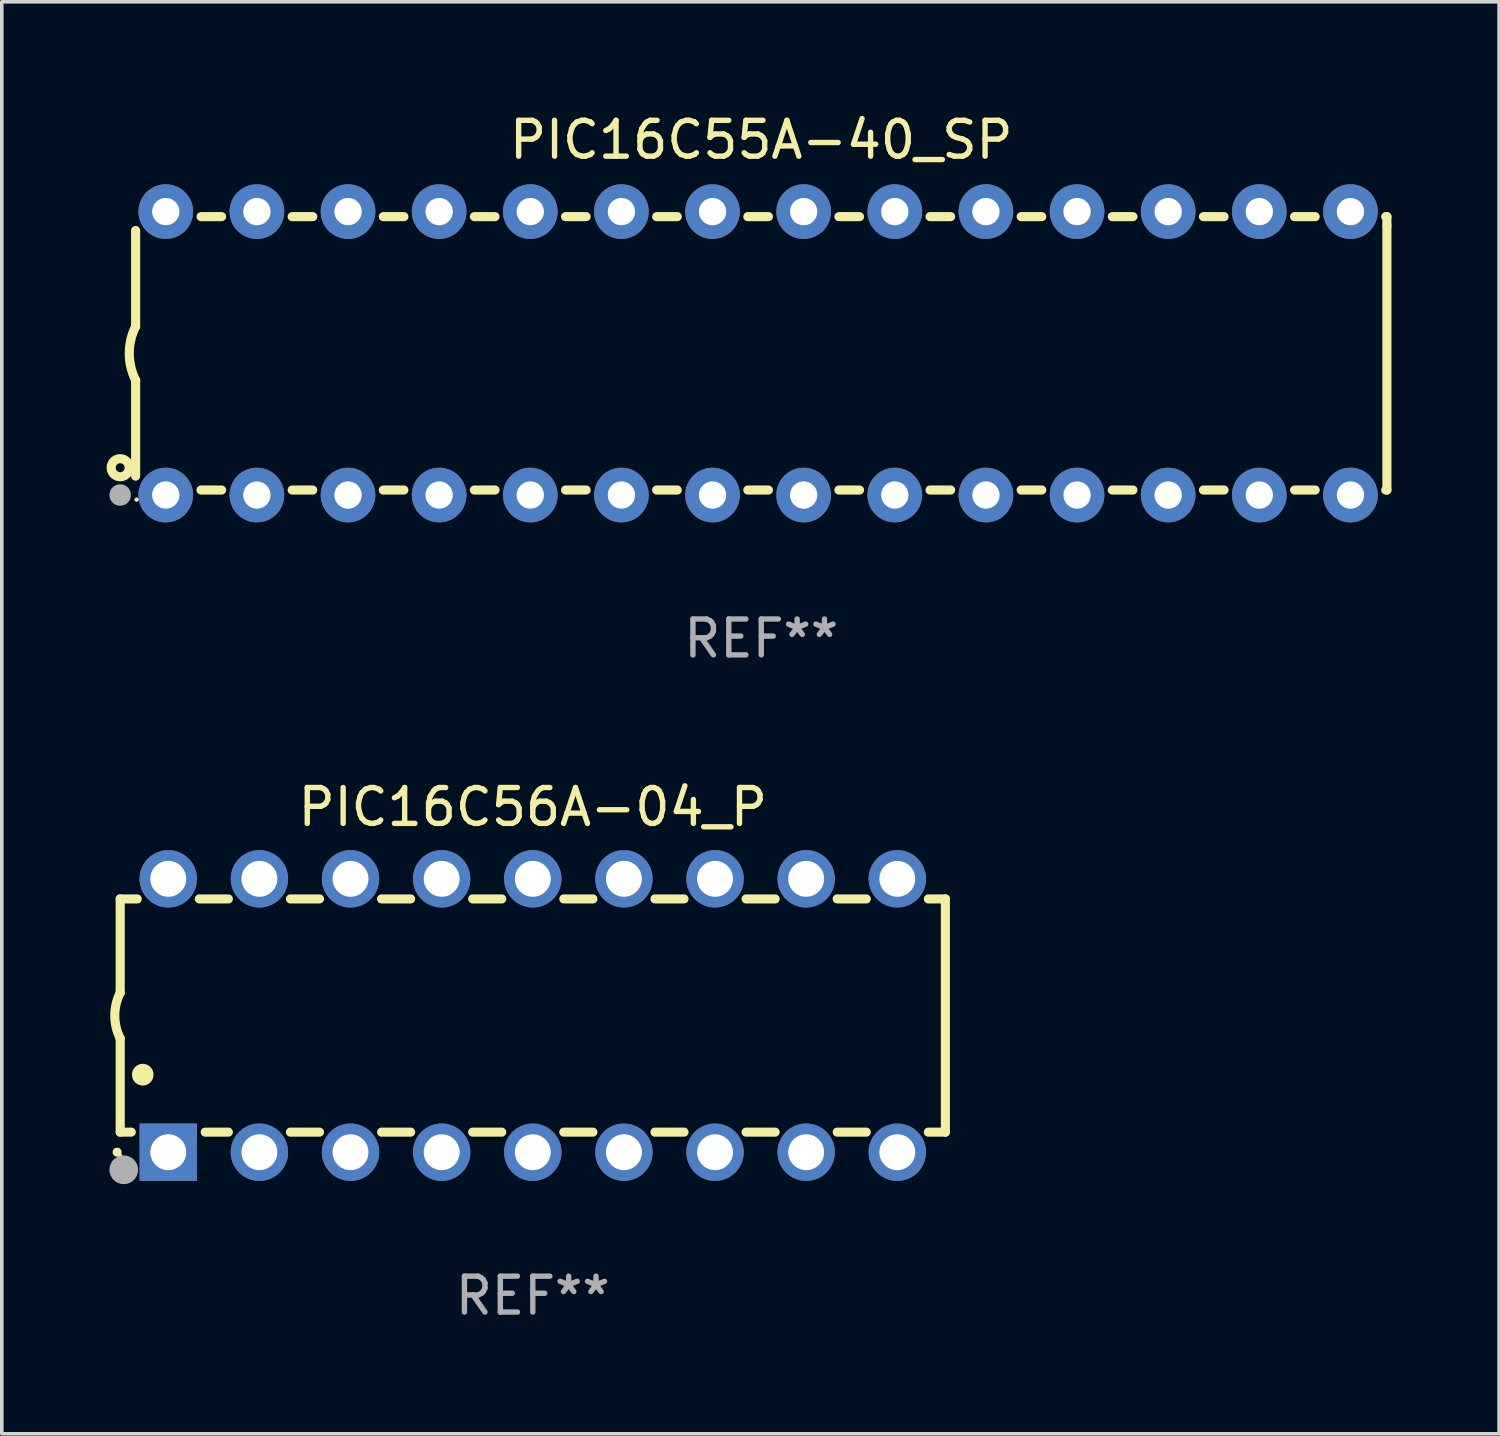
<source format=kicad_pcb>
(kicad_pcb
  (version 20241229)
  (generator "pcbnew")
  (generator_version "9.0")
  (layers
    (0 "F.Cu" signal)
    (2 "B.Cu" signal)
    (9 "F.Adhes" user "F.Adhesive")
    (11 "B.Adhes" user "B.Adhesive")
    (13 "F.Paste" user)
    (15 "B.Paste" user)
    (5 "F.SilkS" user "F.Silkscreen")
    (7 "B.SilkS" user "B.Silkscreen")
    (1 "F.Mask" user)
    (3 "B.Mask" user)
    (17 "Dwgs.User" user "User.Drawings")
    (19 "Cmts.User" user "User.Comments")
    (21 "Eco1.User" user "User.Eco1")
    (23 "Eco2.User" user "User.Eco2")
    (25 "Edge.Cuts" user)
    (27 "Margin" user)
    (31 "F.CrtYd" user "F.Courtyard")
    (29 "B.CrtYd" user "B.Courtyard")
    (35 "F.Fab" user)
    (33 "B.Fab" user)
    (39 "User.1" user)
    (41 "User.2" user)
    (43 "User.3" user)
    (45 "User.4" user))
  (footprint "PIC16C56A-04_P"
    (layer "F.Cu")
    (at 11.8 25.255)
    (property "Reference" "PIC16C56A-04_P" (at 0 -5.81 0) (layer "F.SilkS") (effects (font (size 1 1) (thickness 0.15))))
    (attr through_hole)
    (fp_line (start -11.5 -3.25) (end -11.5 -0.635) (stroke (width 0.254) (type solid)) (layer "F.SilkS"))
    (fp_line (start -11.5 3.25) (end -11.5 0.635) (stroke (width 0.254) (type solid)) (layer "F.SilkS"))
    (fp_line (start -11.5 3.25) (end -11.191 3.25) (stroke (width 0.254) (type solid)) (layer "F.SilkS"))
    (fp_line (start -11.025 -3.25) (end -11.5 -3.25) (stroke (width 0.254) (type solid)) (layer "F.SilkS"))
    (fp_line (start -9.129 3.25) (end -8.485 3.25) (stroke (width 0.254) (type solid)) (layer "F.SilkS"))
    (fp_line (start -8.485 -3.25) (end -9.295 -3.25) (stroke (width 0.254) (type solid)) (layer "F.SilkS"))
    (fp_line (start -6.755 3.25) (end -5.945 3.25) (stroke (width 0.254) (type solid)) (layer "F.SilkS"))
    (fp_line (start -5.945 -3.25) (end -6.755 -3.25) (stroke (width 0.254) (type solid)) (layer "F.SilkS"))
    (fp_line (start -4.215 3.25) (end -3.405 3.25) (stroke (width 0.254) (type solid)) (layer "F.SilkS"))
    (fp_line (start -3.405 -3.25) (end -4.215 -3.25) (stroke (width 0.254) (type solid)) (layer "F.SilkS"))
    (fp_line (start -1.675 3.25) (end -0.865 3.25) (stroke (width 0.254) (type solid)) (layer "F.SilkS"))
    (fp_line (start -0.865 -3.25) (end -1.675 -3.25) (stroke (width 0.254) (type solid)) (layer "F.SilkS"))
    (fp_line (start 0.865 3.25) (end 1.675 3.25) (stroke (width 0.254) (type solid)) (layer "F.SilkS"))
    (fp_line (start 1.675 -3.25) (end 0.865 -3.25) (stroke (width 0.254) (type solid)) (layer "F.SilkS"))
    (fp_line (start 3.405 3.25) (end 4.215 3.25) (stroke (width 0.254) (type solid)) (layer "F.SilkS"))
    (fp_line (start 4.215 -3.25) (end 3.405 -3.25) (stroke (width 0.254) (type solid)) (layer "F.SilkS"))
    (fp_line (start 5.945 3.25) (end 6.755 3.25) (stroke (width 0.254) (type solid)) (layer "F.SilkS"))
    (fp_line (start 6.755 -3.25) (end 5.945 -3.25) (stroke (width 0.254) (type solid)) (layer "F.SilkS"))
    (fp_line (start 8.485 3.25) (end 9.295 3.25) (stroke (width 0.254) (type solid)) (layer "F.SilkS"))
    (fp_line (start 9.295 -3.25) (end 8.485 -3.25) (stroke (width 0.254) (type solid)) (layer "F.SilkS"))
    (fp_line (start 11.025 3.25) (end 11.5 3.25) (stroke (width 0.254) (type solid)) (layer "F.SilkS"))
    (fp_line (start 11.5 -3.25) (end 11.025 -3.25) (stroke (width 0.254) (type solid)) (layer "F.SilkS"))
    (fp_line (start 11.5 -3.25) (end 11.5 3.25) (stroke (width 0.254) (type solid)) (layer "F.SilkS"))
    (fp_arc (start -11.584963 3.810008) (mid -11.58497 3.808738) (end -11.584963 3.807468) (stroke (width 0.25) (type solid)) (layer "F.SilkS"))
    (fp_arc (start -11.501143 0.635001) (mid -11.650665 -0.000132) (end -11.500025 -0.635001) (stroke (width 0.254001) (type solid)) (layer "F.SilkS"))
    (fp_arc (start -10.871222 1.651003) (mid -10.871233 1.648463) (end -10.871222 1.645923) (stroke (width 0.6) (type solid)) (layer "F.SilkS"))
    (fp_circle (center -11.5 3.91) (end -11.47 3.91) (stroke (width 0.06) (type solid)) (fill no) (layer "F.SilkS"))
    (fp_circle (center -11.4 4.3) (end -11.2 4.3) (stroke (width 0.4) (type solid)) (fill no) (layer "F.Fab"))
    (fp_text user "REF**" (at 0 7.81 0) (layer "F.Fab") (effects (font (size 1 1) (thickness 0.15))))
    (pad "1" thru_hole rect (at -10.16 3.81 90) (size 1.6 1.6) (drill 1) (layers "*.Cu" "*.Mask"))
    (pad "2" thru_hole circle (at -7.62 3.81 90) (size 1.6 1.6) (drill 1) (layers "*.Cu" "*.Mask"))
    (pad "3" thru_hole circle (at -5.08 3.81 90) (size 1.6 1.6) (drill 1) (layers "*.Cu" "*.Mask"))
    (pad "4" thru_hole circle (at -2.54 3.81 90) (size 1.6 1.6) (drill 1) (layers "*.Cu" "*.Mask"))
    (pad "5" thru_hole circle (at 0 3.81 90) (size 1.6 1.6) (drill 1) (layers "*.Cu" "*.Mask"))
    (pad "6" thru_hole circle (at 2.54 3.81 90) (size 1.6 1.6) (drill 1) (layers "*.Cu" "*.Mask"))
    (pad "7" thru_hole circle (at 5.08 3.81 90) (size 1.6 1.6) (drill 1) (layers "*.Cu" "*.Mask"))
    (pad "8" thru_hole circle (at 7.62 3.81 90) (size 1.6 1.6) (drill 1) (layers "*.Cu" "*.Mask"))
    (pad "9" thru_hole circle (at 10.16 3.81 90) (size 1.6 1.6) (drill 1) (layers "*.Cu" "*.Mask"))
    (pad "10" thru_hole circle (at 10.16 -3.81 90) (size 1.6 1.6) (drill 1) (layers "*.Cu" "*.Mask"))
    (pad "11" thru_hole circle (at 7.62 -3.81 90) (size 1.6 1.6) (drill 1) (layers "*.Cu" "*.Mask"))
    (pad "12" thru_hole circle (at 5.08 -3.81 90) (size 1.6 1.6) (drill 1) (layers "*.Cu" "*.Mask"))
    (pad "13" thru_hole circle (at 2.54 -3.81 90) (size 1.6 1.6) (drill 1) (layers "*.Cu" "*.Mask"))
    (pad "14" thru_hole circle (at 0 -3.81 90) (size 1.6 1.6) (drill 1) (layers "*.Cu" "*.Mask"))
    (pad "15" thru_hole circle (at -2.54 -3.81 90) (size 1.6 1.6) (drill 1) (layers "*.Cu" "*.Mask"))
    (pad "16" thru_hole circle (at -5.08 -3.81 90) (size 1.6 1.6) (drill 1) (layers "*.Cu" "*.Mask"))
    (pad "17" thru_hole circle (at -7.62 -3.81 90) (size 1.6 1.6) (drill 1) (layers "*.Cu" "*.Mask"))
    (pad "18" thru_hole circle (at -10.16 -3.81 90) (size 1.6 1.6) (drill 1) (layers "*.Cu" "*.Mask")))
  (footprint "PIC16C55A-40_SP"
    (layer "F.Cu")
    (at 18.168 6.798)
    (property "Reference" "PIC16C55A-40_SP" (at 0 -5.95 0) (layer "F.SilkS") (effects (font (size 1 1) (thickness 0.15))))
    (attr through_hole)
    (fp_line (start -17.438 0.75) (end -17.438 3.423) (stroke (width 0.254) (type solid)) (layer "F.SilkS"))
    (fp_line (start -17.438 -3.423) (end -17.438 -0.75) (stroke (width 0.254) (type solid)) (layer "F.SilkS"))
    (fp_line (start -15.615 3.81) (end -15.041 3.81) (stroke (width 0.254) (type solid)) (layer "F.SilkS"))
    (fp_line (start -15.041 -3.81) (end -15.614 -3.81) (stroke (width 0.254) (type solid)) (layer "F.SilkS"))
    (fp_line (start -13.075 3.81) (end -12.501 3.81) (stroke (width 0.254) (type solid)) (layer "F.SilkS"))
    (fp_line (start -12.501 -3.81) (end -13.074 -3.81) (stroke (width 0.254) (type solid)) (layer "F.SilkS"))
    (fp_line (start -10.535 3.81) (end -9.961 3.81) (stroke (width 0.254) (type solid)) (layer "F.SilkS"))
    (fp_line (start -9.961 -3.81) (end -10.534 -3.81) (stroke (width 0.254) (type solid)) (layer "F.SilkS"))
    (fp_line (start -7.995 3.81) (end -7.421 3.81) (stroke (width 0.254) (type solid)) (layer "F.SilkS"))
    (fp_line (start -7.421 -3.81) (end -7.995 -3.81) (stroke (width 0.254) (type solid)) (layer "F.SilkS"))
    (fp_line (start -5.455 3.81) (end -4.881 3.81) (stroke (width 0.254) (type solid)) (layer "F.SilkS"))
    (fp_line (start -4.881 -3.81) (end -5.455 -3.81) (stroke (width 0.254) (type solid)) (layer "F.SilkS"))
    (fp_line (start -2.915 3.81) (end -2.341 3.81) (stroke (width 0.254) (type solid)) (layer "F.SilkS"))
    (fp_line (start -2.341 -3.81) (end -2.915 -3.81) (stroke (width 0.254) (type solid)) (layer "F.SilkS"))
    (fp_line (start -0.375 3.81) (end 0.199 3.81) (stroke (width 0.254) (type solid)) (layer "F.SilkS"))
    (fp_line (start 0.199 -3.81) (end -0.375 -3.81) (stroke (width 0.254) (type solid)) (layer "F.SilkS"))
    (fp_line (start 2.165 3.81) (end 2.739 3.81) (stroke (width 0.254) (type solid)) (layer "F.SilkS"))
    (fp_line (start 2.739 -3.81) (end 2.165 -3.81) (stroke (width 0.254) (type solid)) (layer "F.SilkS"))
    (fp_line (start 4.705 3.81) (end 5.279 3.81) (stroke (width 0.254) (type solid)) (layer "F.SilkS"))
    (fp_line (start 5.279 -3.81) (end 4.705 -3.81) (stroke (width 0.254) (type solid)) (layer "F.SilkS"))
    (fp_line (start 7.245 3.81) (end 7.819 3.81) (stroke (width 0.254) (type solid)) (layer "F.SilkS"))
    (fp_line (start 7.819 -3.81) (end 7.245 -3.81) (stroke (width 0.254) (type solid)) (layer "F.SilkS"))
    (fp_line (start 9.785 3.81) (end 10.359 3.81) (stroke (width 0.254) (type solid)) (layer "F.SilkS"))
    (fp_line (start 10.359 -3.81) (end 9.785 -3.81) (stroke (width 0.254) (type solid)) (layer "F.SilkS"))
    (fp_line (start 12.325 3.81) (end 12.899 3.81) (stroke (width 0.254) (type solid)) (layer "F.SilkS"))
    (fp_line (start 12.899 -3.81) (end 12.325 -3.81) (stroke (width 0.254) (type solid)) (layer "F.SilkS"))
    (fp_line (start 14.865 3.81) (end 15.439 3.81) (stroke (width 0.254) (type solid)) (layer "F.SilkS"))
    (fp_line (start 15.439 -3.81) (end 14.865 -3.81) (stroke (width 0.254) (type solid)) (layer "F.SilkS"))
    (fp_line (start 17.405 3.81) (end 17.438 3.81) (stroke (width 0.254) (type solid)) (layer "F.SilkS"))
    (fp_line (start 17.438 -3.81) (end 17.405 -3.81) (stroke (width 0.254) (type solid)) (layer "F.SilkS"))
    (fp_line (start 17.438 -3.556) (end 17.438 -3.81) (stroke (width 0.254) (type solid)) (layer "F.SilkS"))
    (fp_line (start 17.438 3.81) (end 17.438 -3.556) (stroke (width 0.254) (type solid)) (layer "F.SilkS"))
    (fp_arc (start -17.437986 0.749657) (mid -17.614887 -0.000024) (end -17.437783 -0.749657) (stroke (width 0.254001) (type solid)) (layer "F.SilkS"))
    (fp_circle (center -17.868 3.188) (end -17.743 3.188) (stroke (width 0.254) (type solid)) (fill no) (layer "F.SilkS"))
    (fp_circle (center -17.411 4.077) (end -17.381 4.077) (stroke (width 0.06) (type solid)) (fill no) (layer "F.SilkS"))
    (fp_circle (center -17.868 3.95) (end -17.718 3.95) (stroke (width 0.3) (type solid)) (fill no) (layer "F.Fab"))
    (fp_text user "REF**" (at 0 7.95 0) (layer "F.Fab") (effects (font (size 1 1) (thickness 0.15))))
    (pad "1" thru_hole circle (at -16.598 3.95) (size 1.524 1.524) (drill 0.762) (layers "*.Cu" "*.Mask"))
    (pad "2" thru_hole circle (at -14.058 3.95) (size 1.524 1.524) (drill 0.762) (layers "*.Cu" "*.Mask"))
    (pad "3" thru_hole circle (at -11.518 3.95) (size 1.524 1.524) (drill 0.762) (layers "*.Cu" "*.Mask"))
    (pad "4" thru_hole circle (at -8.978 3.95) (size 1.524 1.524) (drill 0.762) (layers "*.Cu" "*.Mask"))
    (pad "5" thru_hole circle (at -6.438 3.95) (size 1.524 1.524) (drill 0.762) (layers "*.Cu" "*.Mask"))
    (pad "6" thru_hole circle (at -3.898 3.95) (size 1.524 1.524) (drill 0.762) (layers "*.Cu" "*.Mask"))
    (pad "7" thru_hole circle (at -1.358 3.95) (size 1.524 1.524) (drill 0.762) (layers "*.Cu" "*.Mask"))
    (pad "8" thru_hole circle (at 1.182 3.95) (size 1.524 1.524) (drill 0.762) (layers "*.Cu" "*.Mask"))
    (pad "9" thru_hole circle (at 3.722 3.95) (size 1.524 1.524) (drill 0.762) (layers "*.Cu" "*.Mask"))
    (pad "10" thru_hole circle (at 6.262 3.95) (size 1.524 1.524) (drill 0.762) (layers "*.Cu" "*.Mask"))
    (pad "11" thru_hole circle (at 8.802 3.95) (size 1.524 1.524) (drill 0.762) (layers "*.Cu" "*.Mask"))
    (pad "12" thru_hole circle (at 11.342 3.95) (size 1.524 1.524) (drill 0.762) (layers "*.Cu" "*.Mask"))
    (pad "13" thru_hole circle (at 13.882 3.95) (size 1.524 1.524) (drill 0.762) (layers "*.Cu" "*.Mask"))
    (pad "14" thru_hole circle (at 16.422 3.95) (size 1.524 1.524) (drill 0.762) (layers "*.Cu" "*.Mask"))
    (pad "15" thru_hole circle (at 16.422 -3.95) (size 1.524 1.524) (drill 0.762) (layers "*.Cu" "*.Mask"))
    (pad "16" thru_hole circle (at 13.882 -3.95) (size 1.524 1.524) (drill 0.762) (layers "*.Cu" "*.Mask"))
    (pad "17" thru_hole circle (at 11.342 -3.95) (size 1.524 1.524) (drill 0.762) (layers "*.Cu" "*.Mask"))
    (pad "18" thru_hole circle (at 8.802 -3.95) (size 1.524 1.524) (drill 0.762) (layers "*.Cu" "*.Mask"))
    (pad "19" thru_hole circle (at 6.262 -3.95) (size 1.524 1.524) (drill 0.762) (layers "*.Cu" "*.Mask"))
    (pad "20" thru_hole circle (at 3.722 -3.95) (size 1.524 1.524) (drill 0.762) (layers "*.Cu" "*.Mask"))
    (pad "21" thru_hole circle (at 1.182 -3.95) (size 1.524 1.524) (drill 0.762) (layers "*.Cu" "*.Mask"))
    (pad "22" thru_hole circle (at -1.358 -3.95) (size 1.524 1.524) (drill 0.762) (layers "*.Cu" "*.Mask"))
    (pad "23" thru_hole circle (at -3.898 -3.95) (size 1.524 1.524) (drill 0.762) (layers "*.Cu" "*.Mask"))
    (pad "24" thru_hole circle (at -6.438 -3.95) (size 1.524 1.524) (drill 0.762) (layers "*.Cu" "*.Mask"))
    (pad "25" thru_hole circle (at -8.978 -3.95) (size 1.524 1.524) (drill 0.762) (layers "*.Cu" "*.Mask"))
    (pad "26" thru_hole circle (at -11.517 -3.95) (size 1.524 1.524) (drill 0.762) (layers "*.Cu" "*.Mask"))
    (pad "27" thru_hole circle (at -14.057 -3.95) (size 1.524 1.524) (drill 0.762) (layers "*.Cu" "*.Mask"))
    (pad "28" thru_hole circle (at -16.597 -3.95) (size 1.524 1.524) (drill 0.762) (layers "*.Cu" "*.Mask")))
  (gr_rect
    (start -3 -3)
    (end 38.733 36.913)
    (stroke (width 0.1) (type default))
    (fill no)
    (layer "Edge.Cuts")))
</source>
